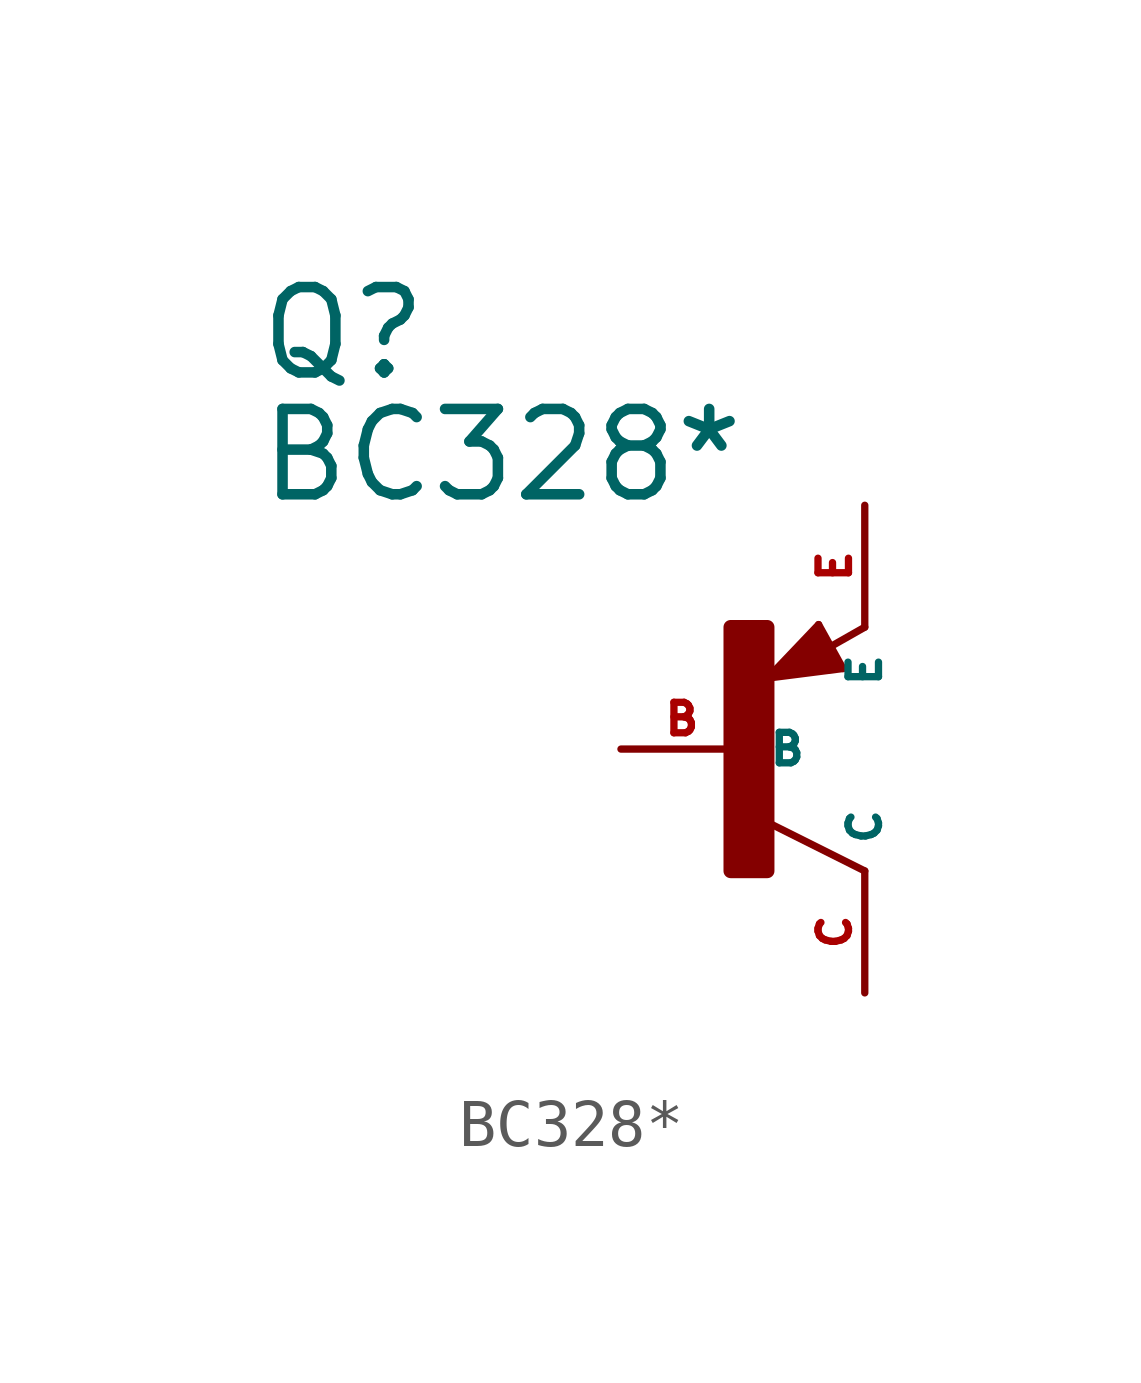
<source format=kicad_sym>
(kicad_symbol_lib
  (version 20220914)
  (generator Eagle2Kicad)
  (symbol "BC328*"
    (property "Reference" "Q"
      (at -10.16 7.62 0)
      (effects (font (size 1.778 1.778) (thickness 0.22)) (justify left bottom)))
    (property "Value" "BC328*"
      (at -10.16 5.08 0)
      (effects (font (size 1.778 1.778) (thickness 0.22)) (justify left bottom)))
    (polyline
      (pts (xy 2.086 1.678) (xy 1.578 2.594))
      (stroke (width 0.152) (type default))
      (fill (type none)))
    (polyline
      (pts (xy 1.578 2.594) (xy 0.516 1.478))
      (stroke (width 0.152) (type default))
      (fill (type none)))
    (polyline
      (pts (xy 0.516 1.478) (xy 2.086 1.678))
      (stroke (width 0.152) (type default))
      (fill (type none)))
    (polyline
      (pts (xy 2.54 2.54) (xy 1.808 2.124))
      (stroke (width 0.152) (type default))
      (fill (type none)))
    (polyline
      (pts (xy 2.54 -2.54) (xy 0.508 -1.524))
      (stroke (width 0.152) (type default))
      (fill (type none)))
    (polyline
      (pts (xy 1.905 1.778) (xy 1.524 2.413))
      (stroke (width 0.254) (type default))
      (fill (type none)))
    (polyline
      (pts (xy 1.524 2.413) (xy 0.762 1.651))
      (stroke (width 0.254) (type default))
      (fill (type none)))
    (polyline
      (pts (xy 0.762 1.651) (xy 1.778 1.778))
      (stroke (width 0.254) (type default))
      (fill (type none)))
    (polyline
      (pts (xy 1.778 1.778) (xy 1.524 2.159))
      (stroke (width 0.254) (type default))
      (fill (type none)))
    (polyline
      (pts (xy 1.524 2.159) (xy 1.143 1.905))
      (stroke (width 0.254) (type default))
      (fill (type none)))
    (polyline
      (pts (xy 1.143 1.905) (xy 1.524 1.905))
      (stroke (width 0.254) (type default))
      (fill (type none)))
    (rectangle
      (start -0.254 -2.54)
      (end 0.508 2.54)
      (stroke (width 0.3) (type default))
      (fill (type outline)))
    (pin passive line
      (at -2.54 0 0)
      (length 2.54)
      (name "B" (effects (font (size 0.635 0.635) (thickness 0.08)) (justify left bottom)))
      (number "B" (effects (font (size 0.635 0.635) (thickness 0.08)) (justify left bottom))))
    (pin passive line
      (at 2.54 5.08 270)
      (length 2.54)
      (name "E" (effects (font (size 0.635 0.635) (thickness 0.08)) (justify left bottom)))
      (number "E" (effects (font (size 0.635 0.635) (thickness 0.08)) (justify left bottom))))
    (pin passive line
      (at 2.54 -5.08 90)
      (length 2.54)
      (name "C" (effects (font (size 0.635 0.635) (thickness 0.08)) (justify left bottom)))
      (number "C" (effects (font (size 0.635 0.635) (thickness 0.08)) (justify left bottom))))))
</source>
